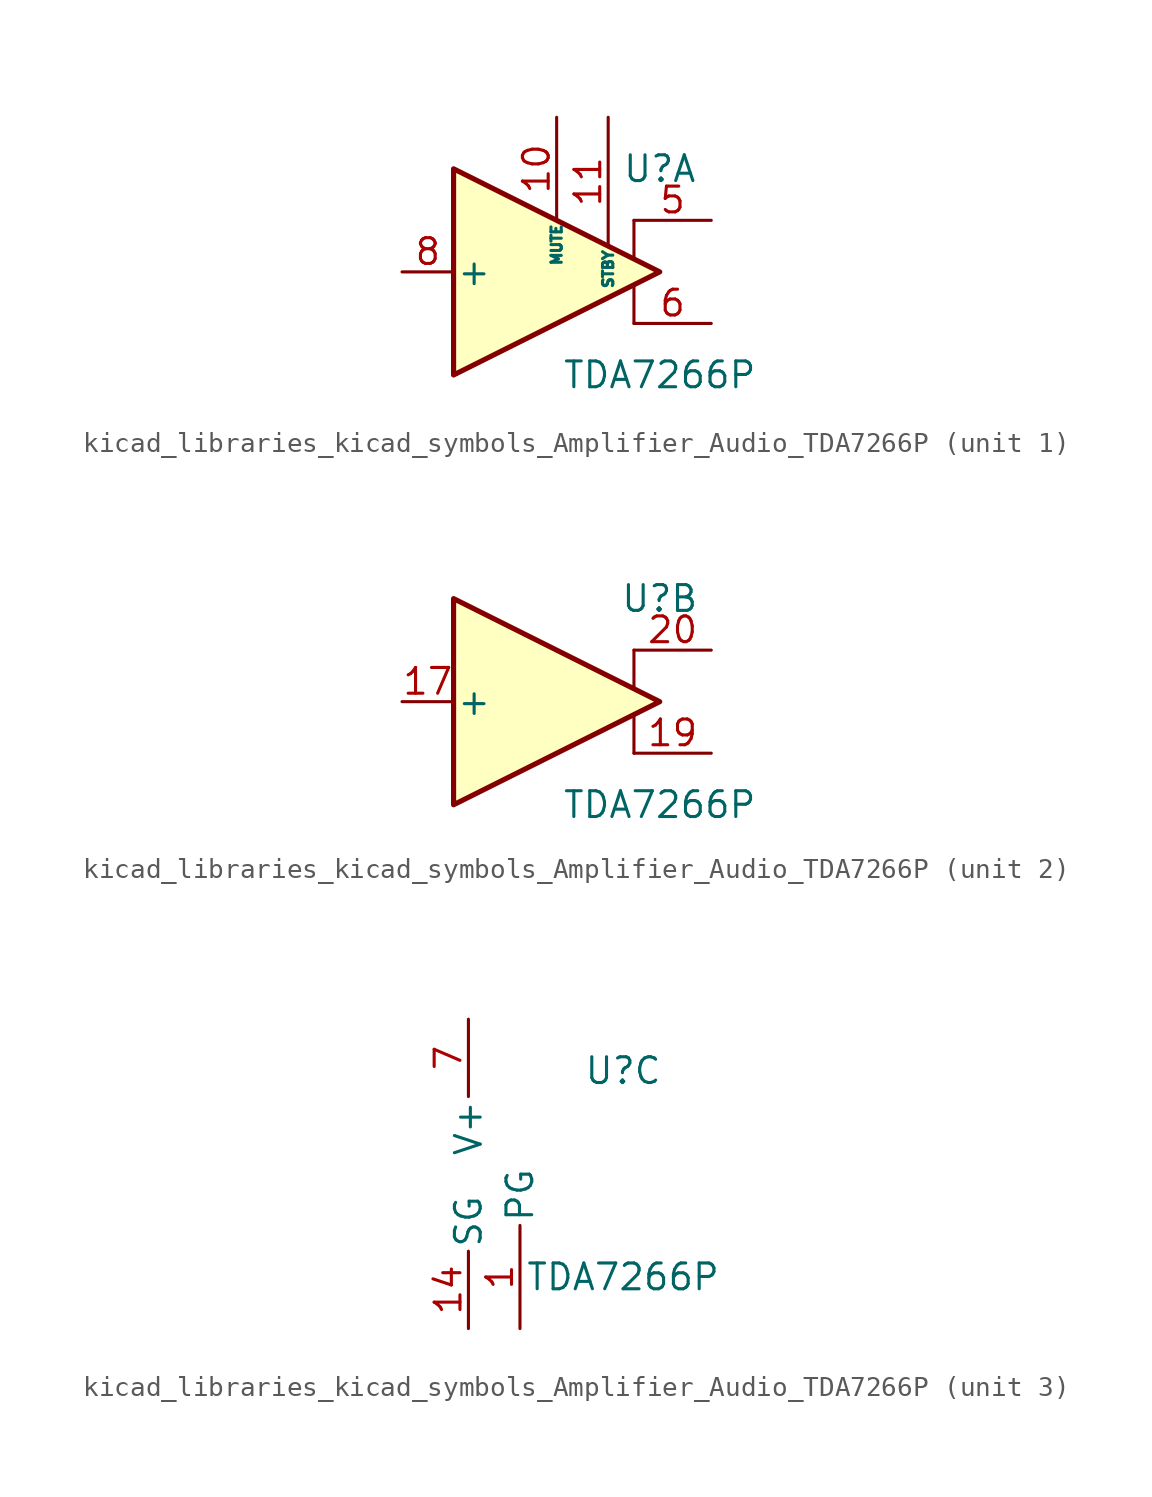
<source format=kicad_sym>
(kicad_symbol_lib
  (version 20220914)
  (generator kicad_symbol_editor)
  (symbol "kicad_libraries_kicad_symbols_Amplifier_Audio_TDA7266P"
    (pin_names
      (offset 0.127))
    (property "Reference" "U"
      (at 5.08 5.08 0)
      (effects (font (size 1.27 1.27))))
    (property "Value" "TDA7266P"
      (at 5.08 -5.08 0)
      (effects (font (size 1.27 1.27))))
    (property "ki_locked" ""
      (at 0 0 0)
      (effects (font (size 1.27 1.27))))
    (symbol "kicad_libraries_kicad_symbols_Amplifier_Audio_TDA7266P_1_1"
      (polyline (pts (xy 3.81 -0.635) (xy 3.81 -2.54)) (stroke (width 0) (type default)) (fill (type none)))
      (polyline (pts (xy 3.81 2.54) (xy 3.81 0.635)) (stroke (width 0) (type default)) (fill (type none)))
      (polyline (pts (xy 5.08 0) (xy -5.08 5.08) (xy -5.08 -5.08) (xy 5.08 0)) (stroke (width 0.254) (type default)) (fill (type background)))
      (pin input line (at 0 7.62 270) (length 5.08) (name "MUTE" (effects (font (size 0.508 0.508)))) (number "10" (effects (font (size 1.27 1.27)))))
      (pin input line (at 2.54 7.62 270) (length 6.35) (name "STBY" (effects (font (size 0.508 0.508)))) (number "11" (effects (font (size 1.27 1.27)))))
      (pin no_connect line (at -2.54 3.81 270) (length 2.54) hide (name "NC" (effects (font (size 1.27 1.27)))) (number "12" (effects (font (size 1.27 1.27)))))
      (pin no_connect line (at 0 0 270) (length 2.54) hide (name "NC" (effects (font (size 1.27 1.27)))) (number "13" (effects (font (size 1.27 1.27)))))
      (pin no_connect line (at -5.08 -1.27 270) (length 2.54) hide (name "NC" (effects (font (size 1.27 1.27)))) (number "15" (effects (font (size 1.27 1.27)))))
      (pin no_connect line (at -5.08 -5.08 90) (length 2.54) hide (name "NC" (effects (font (size 1.27 1.27)))) (number "16" (effects (font (size 1.27 1.27)))))
      (pin no_connect line (at -5.08 5.08 270) (length 2.54) hide (name "NC" (effects (font (size 1.27 1.27)))) (number "2" (effects (font (size 1.27 1.27)))))
      (pin no_connect line (at -2.54 -3.81 90) (length 2.54) hide (name "NC" (effects (font (size 1.27 1.27)))) (number "21" (effects (font (size 1.27 1.27)))))
      (pin no_connect line (at 0 -2.54 90) (length 2.54) hide (name "NC" (effects (font (size 1.27 1.27)))) (number "22" (effects (font (size 1.27 1.27)))))
      (pin no_connect line (at 2.54 -1.27 90) (length 2.54) hide (name "NC" (effects (font (size 1.27 1.27)))) (number "23" (effects (font (size 1.27 1.27)))))
      (pin no_connect line (at -5.08 2.54 270) (length 2.54) hide (name "NC" (effects (font (size 1.27 1.27)))) (number "3" (effects (font (size 1.27 1.27)))))
      (pin no_connect line (at 0 2.54 270) (length 2.54) hide (name "NC" (effects (font (size 1.27 1.27)))) (number "4" (effects (font (size 1.27 1.27)))))
      (pin output line (at 7.62 2.54 180) (length 3.81) (name "~" (effects (font (size 1.27 1.27)))) (number "5" (effects (font (size 1.27 1.27)))))
      (pin output line (at 7.62 -2.54 180) (length 3.81) (name "~" (effects (font (size 1.27 1.27)))) (number "6" (effects (font (size 1.27 1.27)))))
      (pin input line (at -7.62 0 0) (length 2.54) (name "+" (effects (font (size 1.27 1.27)))) (number "8" (effects (font (size 1.27 1.27)))))
      (pin no_connect line (at 2.54 1.27 270) (length 2.54) hide (name "NC" (effects (font (size 1.27 1.27)))) (number "9" (effects (font (size 1.27 1.27))))))
    (symbol "kicad_libraries_kicad_symbols_Amplifier_Audio_TDA7266P_2_1"
      (polyline (pts (xy 3.81 -0.635) (xy 3.81 -2.54)) (stroke (width 0) (type default)) (fill (type none)))
      (polyline (pts (xy 3.81 2.54) (xy 3.81 0.635)) (stroke (width 0) (type default)) (fill (type none)))
      (polyline (pts (xy 5.08 0) (xy -5.08 5.08) (xy -5.08 -5.08) (xy 5.08 0)) (stroke (width 0.254) (type default)) (fill (type background)))
      (pin input line (at -7.62 0 0) (length 2.54) (name "+" (effects (font (size 1.27 1.27)))) (number "17" (effects (font (size 1.27 1.27)))))
      (pin output line (at 7.62 -2.54 180) (length 3.81) (name "~" (effects (font (size 1.27 1.27)))) (number "19" (effects (font (size 1.27 1.27)))))
      (pin output line (at 7.62 2.54 180) (length 3.81) (name "~" (effects (font (size 1.27 1.27)))) (number "20" (effects (font (size 1.27 1.27))))))
    (symbol "kicad_libraries_kicad_symbols_Amplifier_Audio_TDA7266P_3_1"
      (pin power_in line (at 0 -7.62 90) (length 5.08) (name "PG" (effects (font (size 1.27 1.27)))) (number "1" (effects (font (size 1.27 1.27)))))
      (pin power_in line (at -2.54 -7.62 90) (length 3.81) (name "SG" (effects (font (size 1.27 1.27)))) (number "14" (effects (font (size 1.27 1.27)))))
      (pin passive line (at -2.54 7.62 270) (length 3.81) hide (name "V+" (effects (font (size 1.27 1.27)))) (number "18" (effects (font (size 1.27 1.27)))))
      (pin passive line (at 0 -7.62 90) (length 5.08) hide (name "PG" (effects (font (size 1.27 1.27)))) (number "24" (effects (font (size 1.27 1.27)))))
      (pin power_in line (at -2.54 7.62 270) (length 3.81) (name "V+" (effects (font (size 1.27 1.27)))) (number "7" (effects (font (size 1.27 1.27))))))))
</source>
